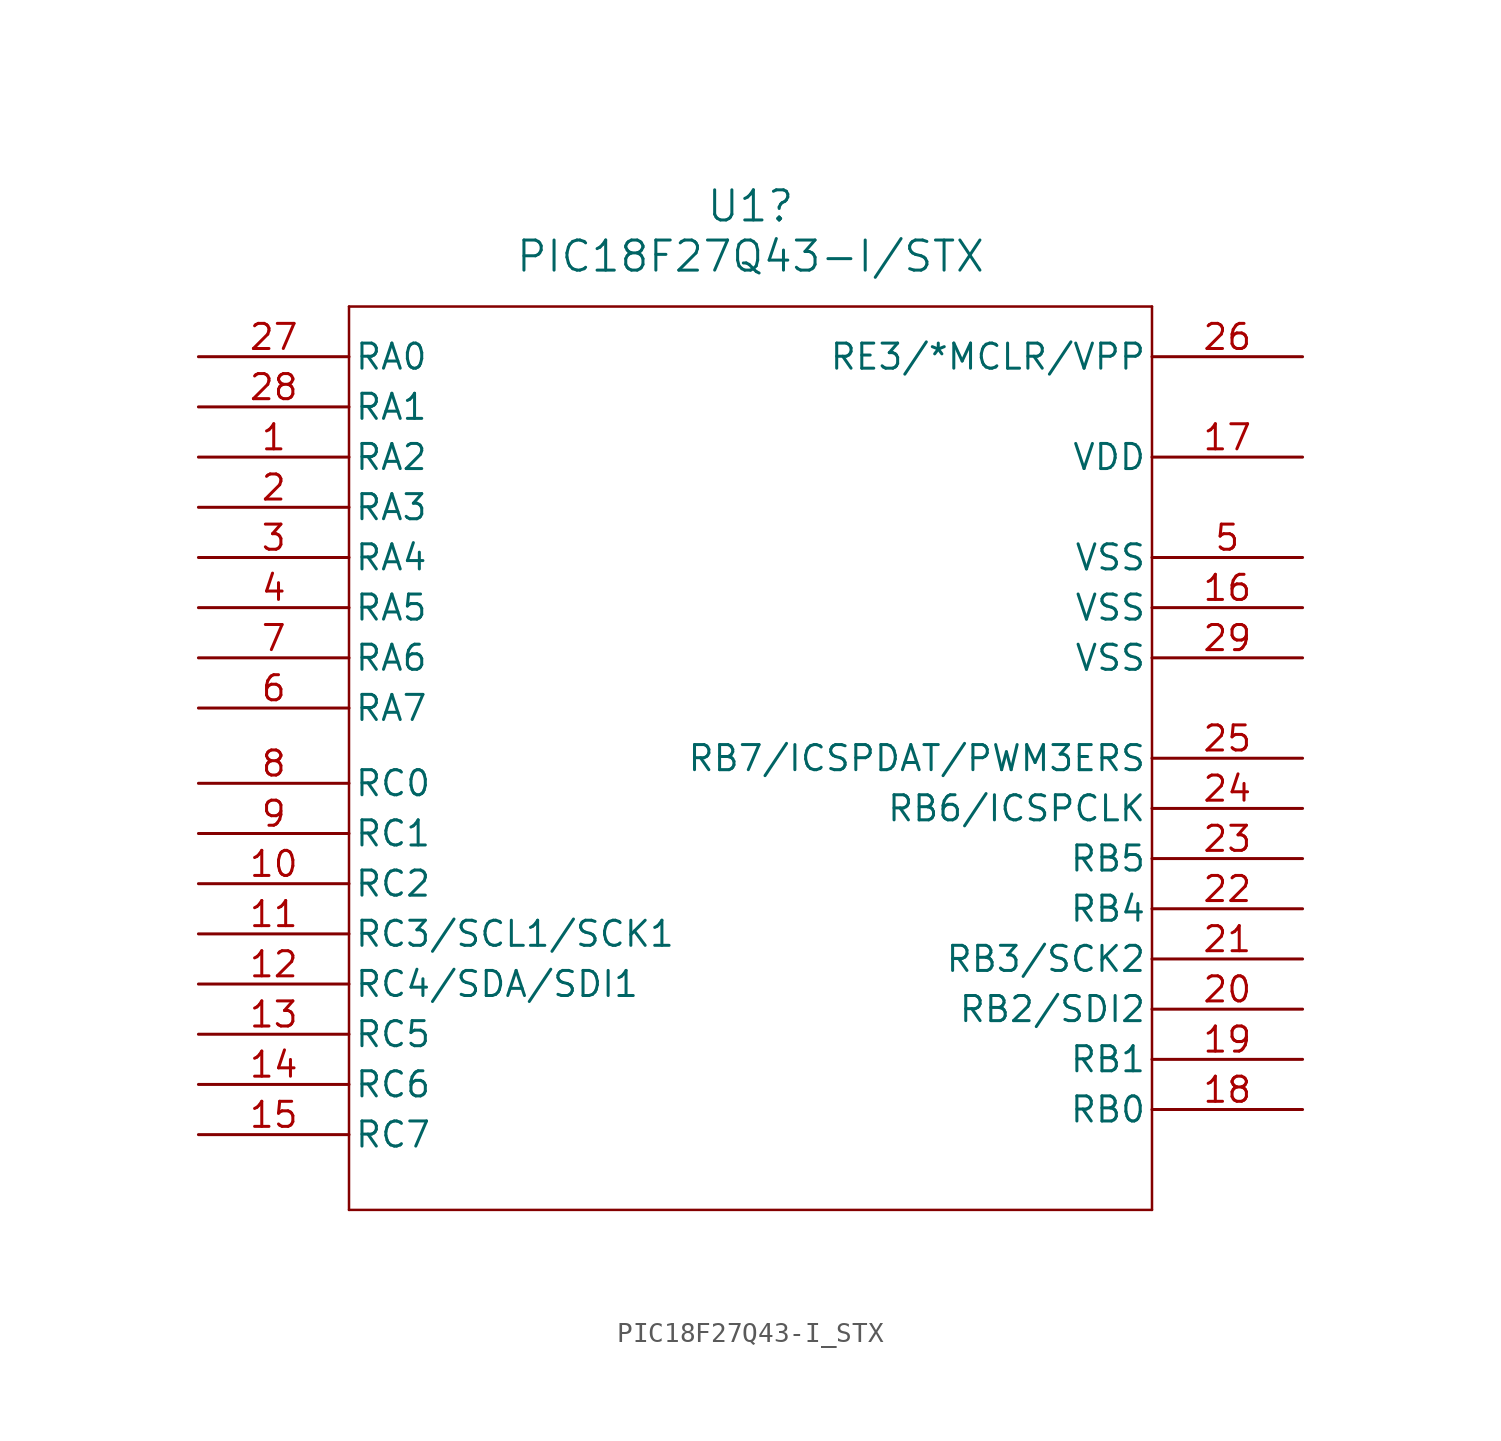
<source format=kicad_sym>
(kicad_symbol_lib
  (version 20241209)
  (generator "kicad_symbol_editor")
  (generator_version "9.0")
  (symbol "PIC18F27Q43-I_STX"
    (pin_names
      (offset 0.254))
    (property "Reference" "U1"
      (at 27.94 10.16 0)
      (effects (font (size 1.524 1.524))))
    (property "Value" "PIC18F27Q43-I/STX"
      (at 27.94 7.62 0)
      (effects (font (size 1.524 1.524))))
    (property "ki_locked" ""
      (at 0 0 0)
      (effects (font (size 1.27 1.27))))
    (symbol "PIC18F27Q43-I_STX_0_1"
      (polyline (pts (xy 7.62 5.08) (xy 7.62 -40.64)) (stroke (width 0.127) (type default)) (fill (type none)))
      (polyline (pts (xy 7.62 -40.64) (xy 48.26 -40.64)) (stroke (width 0.127) (type default)) (fill (type none)))
      (polyline (pts (xy 48.26 5.08) (xy 7.62 5.08)) (stroke (width 0.127) (type default)) (fill (type none)))
      (polyline (pts (xy 48.26 -40.64) (xy 48.26 5.08)) (stroke (width 0.127) (type default)) (fill (type none)))
      (pin bidirectional line (at 0 2.54 0) (length 7.62) (name "RA0" (effects (font (size 1.27 1.27)))) (number "27" (effects (font (size 1.27 1.27)))))
      (pin bidirectional line (at 0 0 0) (length 7.62) (name "RA1" (effects (font (size 1.27 1.27)))) (number "28" (effects (font (size 1.27 1.27)))))
      (pin bidirectional line (at 0 -2.54 0) (length 7.62) (name "RA2" (effects (font (size 1.27 1.27)))) (number "1" (effects (font (size 1.27 1.27)))))
      (pin bidirectional line (at 0 -5.08 0) (length 7.62) (name "RA3" (effects (font (size 1.27 1.27)))) (number "2" (effects (font (size 1.27 1.27)))))
      (pin bidirectional line (at 0 -7.62 0) (length 7.62) (name "RA4" (effects (font (size 1.27 1.27)))) (number "3" (effects (font (size 1.27 1.27)))))
      (pin bidirectional line (at 0 -10.16 0) (length 7.62) (name "RA5" (effects (font (size 1.27 1.27)))) (number "4" (effects (font (size 1.27 1.27)))))
      (pin bidirectional line (at 0 -12.7 0) (length 7.62) (name "RA6" (effects (font (size 1.27 1.27)))) (number "7" (effects (font (size 1.27 1.27)))))
      (pin bidirectional line (at 0 -15.24 0) (length 7.62) (name "RA7" (effects (font (size 1.27 1.27)))) (number "6" (effects (font (size 1.27 1.27)))))
      (pin bidirectional line (at 0 -19.05 0) (length 7.62) (name "RC0" (effects (font (size 1.27 1.27)))) (number "8" (effects (font (size 1.27 1.27)))))
      (pin bidirectional line (at 0 -21.59 0) (length 7.62) (name "RC1" (effects (font (size 1.27 1.27)))) (number "9" (effects (font (size 1.27 1.27)))))
      (pin bidirectional line (at 0 -24.13 0) (length 7.62) (name "RC2" (effects (font (size 1.27 1.27)))) (number "10" (effects (font (size 1.27 1.27)))))
      (pin bidirectional line (at 0 -31.75 0) (length 7.62) (name "RC5" (effects (font (size 1.27 1.27)))) (number "13" (effects (font (size 1.27 1.27)))))
      (pin bidirectional line (at 0 -34.29 0) (length 7.62) (name "RC6" (effects (font (size 1.27 1.27)))) (number "14" (effects (font (size 1.27 1.27)))))
      (pin bidirectional line (at 0 -36.83 0) (length 7.62) (name "RC7" (effects (font (size 1.27 1.27)))) (number "15" (effects (font (size 1.27 1.27)))))
      (pin bidirectional line (at 55.88 2.54 180) (length 7.62) (name "RE3/*MCLR/VPP" (effects (font (size 1.27 1.27)))) (number "26" (effects (font (size 1.27 1.27)))))
      (pin power_in line (at 55.88 -2.54 180) (length 7.62) (name "VDD" (effects (font (size 1.27 1.27)))) (number "17" (effects (font (size 1.27 1.27)))))
      (pin power_in line (at 55.88 -7.62 180) (length 7.62) (name "VSS" (effects (font (size 1.27 1.27)))) (number "5" (effects (font (size 1.27 1.27)))))
      (pin power_in line (at 55.88 -10.16 180) (length 7.62) (name "VSS" (effects (font (size 1.27 1.27)))) (number "16" (effects (font (size 1.27 1.27)))))
      (pin power_in line (at 55.88 -12.7 180) (length 7.62) (name "VSS" (effects (font (size 1.27 1.27)))) (number "29" (effects (font (size 1.27 1.27)))))
      (pin bidirectional line (at 55.88 -20.32 180) (length 7.62) (name "RB6/ICSPCLK" (effects (font (size 1.27 1.27)))) (number "24" (effects (font (size 1.27 1.27)))))
      (pin bidirectional line (at 55.88 -22.86 180) (length 7.62) (name "RB5" (effects (font (size 1.27 1.27)))) (number "23" (effects (font (size 1.27 1.27)))))
      (pin bidirectional line (at 55.88 -25.4 180) (length 7.62) (name "RB4" (effects (font (size 1.27 1.27)))) (number "22" (effects (font (size 1.27 1.27)))))
      (pin bidirectional line (at 55.88 -33.02 180) (length 7.62) (name "RB1" (effects (font (size 1.27 1.27)))) (number "19" (effects (font (size 1.27 1.27)))))
      (pin bidirectional line (at 55.88 -35.56 180) (length 7.62) (name "RB0" (effects (font (size 1.27 1.27)))) (number "18" (effects (font (size 1.27 1.27))))))
    (symbol "PIC18F27Q43-I_STX_1_1"
      (pin bidirectional line (at 0 -26.67 0) (length 7.62) (name "RC3/SCL1/SCK1" (effects (font (size 1.27 1.27)))) (number "11" (effects (font (size 1.27 1.27)))))
      (pin bidirectional line (at 0 -29.21 0) (length 7.62) (name "RC4/SDA/SDI1" (effects (font (size 1.27 1.27)))) (number "12" (effects (font (size 1.27 1.27)))))
      (pin bidirectional line (at 55.88 -17.78 180) (length 7.62) (name "RB7/ICSPDAT/PWM3ERS" (effects (font (size 1.27 1.27)))) (number "25" (effects (font (size 1.27 1.27)))))
      (pin bidirectional line (at 55.88 -27.94 180) (length 7.62) (name "RB3/SCK2" (effects (font (size 1.27 1.27)))) (number "21" (effects (font (size 1.27 1.27)))))
      (pin bidirectional line (at 55.88 -30.48 180) (length 7.62) (name "RB2/SDI2" (effects (font (size 1.27 1.27)))) (number "20" (effects (font (size 1.27 1.27))))))))
</source>
